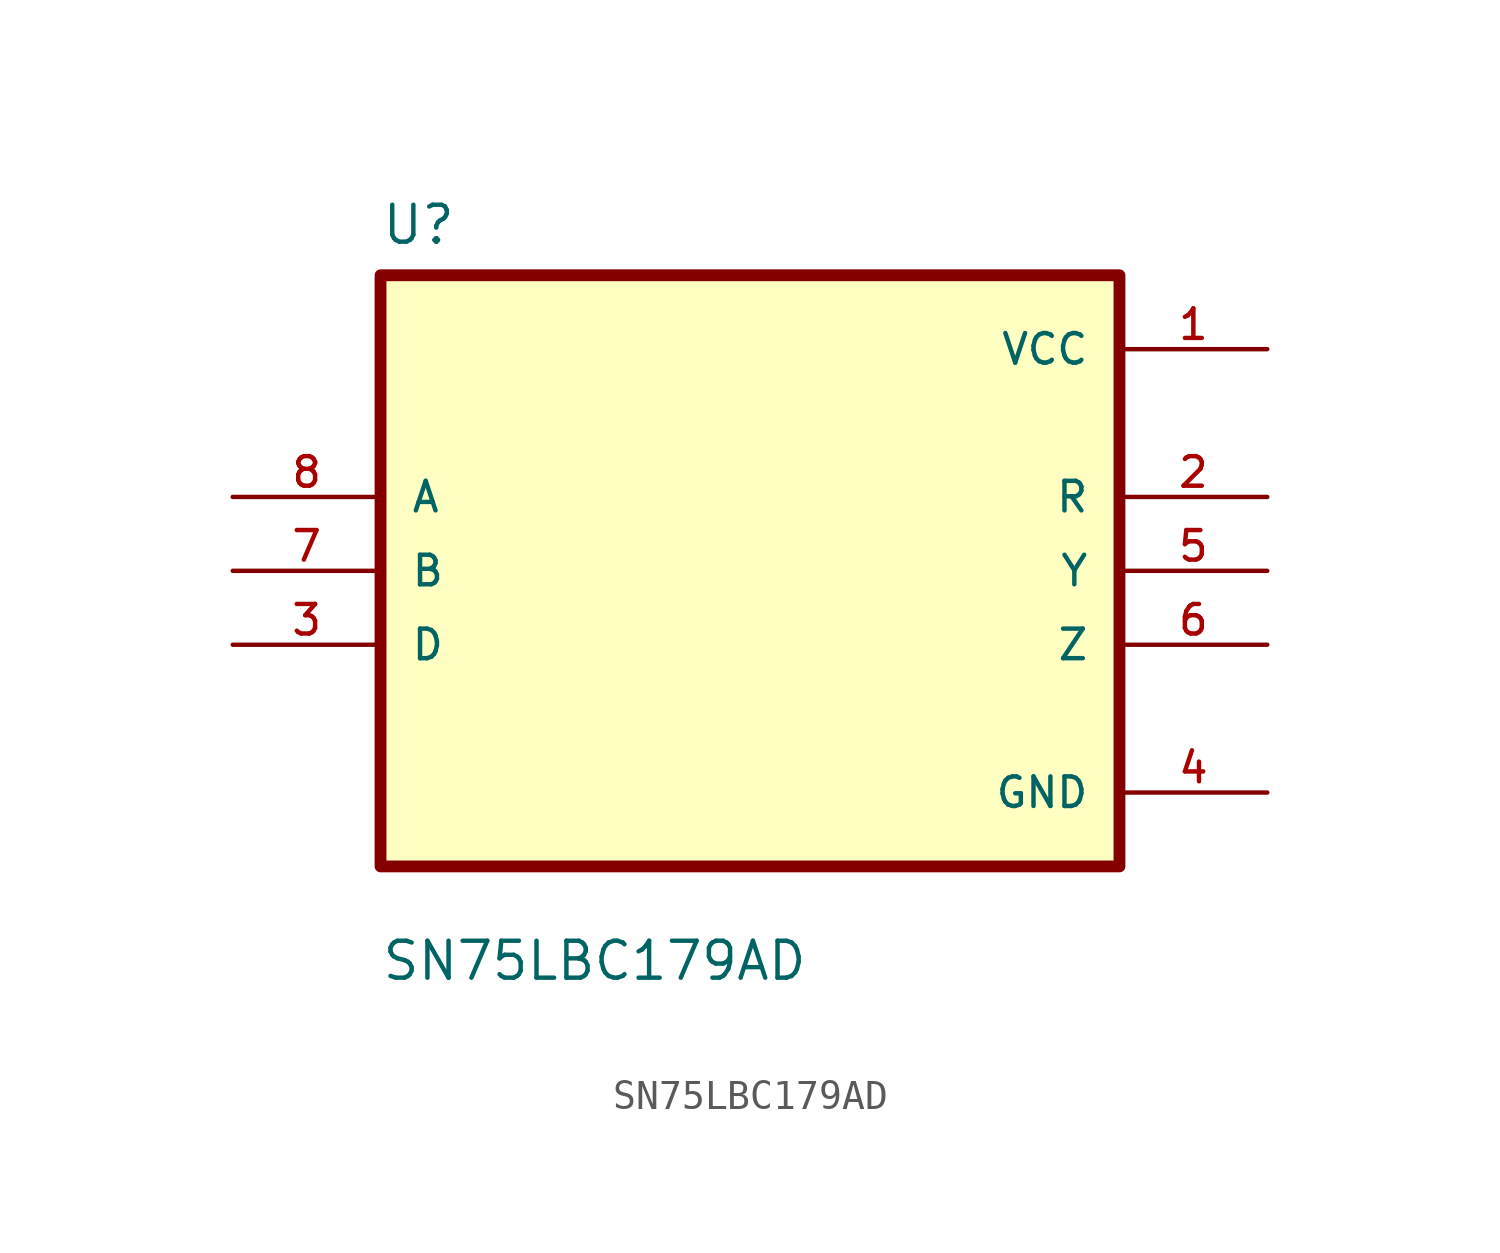
<source format=kicad_sym>
(kicad_symbol_lib
  (version 20211014)
  (generator kicad_symbol_editor)
  (symbol "SN75LBC179AD"
    (pin_names
      (offset 1.016))
    (property "Reference" "U"
      (at -12.7 11.151 0)
      (effects (font (size 1.27 1.27)) (justify left bottom)))
    (property "Value" "SN75LBC179AD"
      (at -12.7 -14.148 0)
      (effects (font (size 1.27 1.27)) (justify left bottom)))
    (property "ki_locked" ""
      (at 0 0 0)
      (effects (font (size 1.27 1.27))))
    (symbol "SN75LBC179AD_0_0"
      (rectangle (start -12.7 -10.16) (end 12.7 10.16) (stroke (width 0.406) (type default) (color 0 0 0 0)) (fill (type background)))
      (pin power_in line (at 17.78 7.62 180) (length 5.08) (name "VCC" (effects (font (size 1.016 1.016)))) (number "1" (effects (font (size 1.016 1.016)))))
      (pin output line (at 17.78 2.54 180) (length 5.08) (name "R" (effects (font (size 1.016 1.016)))) (number "2" (effects (font (size 1.016 1.016)))))
      (pin input line (at -17.78 -2.54 0) (length 5.08) (name "D" (effects (font (size 1.016 1.016)))) (number "3" (effects (font (size 1.016 1.016)))))
      (pin power_in line (at 17.78 -7.62 180) (length 5.08) (name "GND" (effects (font (size 1.016 1.016)))) (number "4" (effects (font (size 1.016 1.016)))))
      (pin output line (at 17.78 0 180) (length 5.08) (name "Y" (effects (font (size 1.016 1.016)))) (number "5" (effects (font (size 1.016 1.016)))))
      (pin output line (at 17.78 -2.54 180) (length 5.08) (name "Z" (effects (font (size 1.016 1.016)))) (number "6" (effects (font (size 1.016 1.016)))))
      (pin input line (at -17.78 0 0) (length 5.08) (name "B" (effects (font (size 1.016 1.016)))) (number "7" (effects (font (size 1.016 1.016)))))
      (pin input line (at -17.78 2.54 0) (length 5.08) (name "A" (effects (font (size 1.016 1.016)))) (number "8" (effects (font (size 1.016 1.016))))))))
</source>
